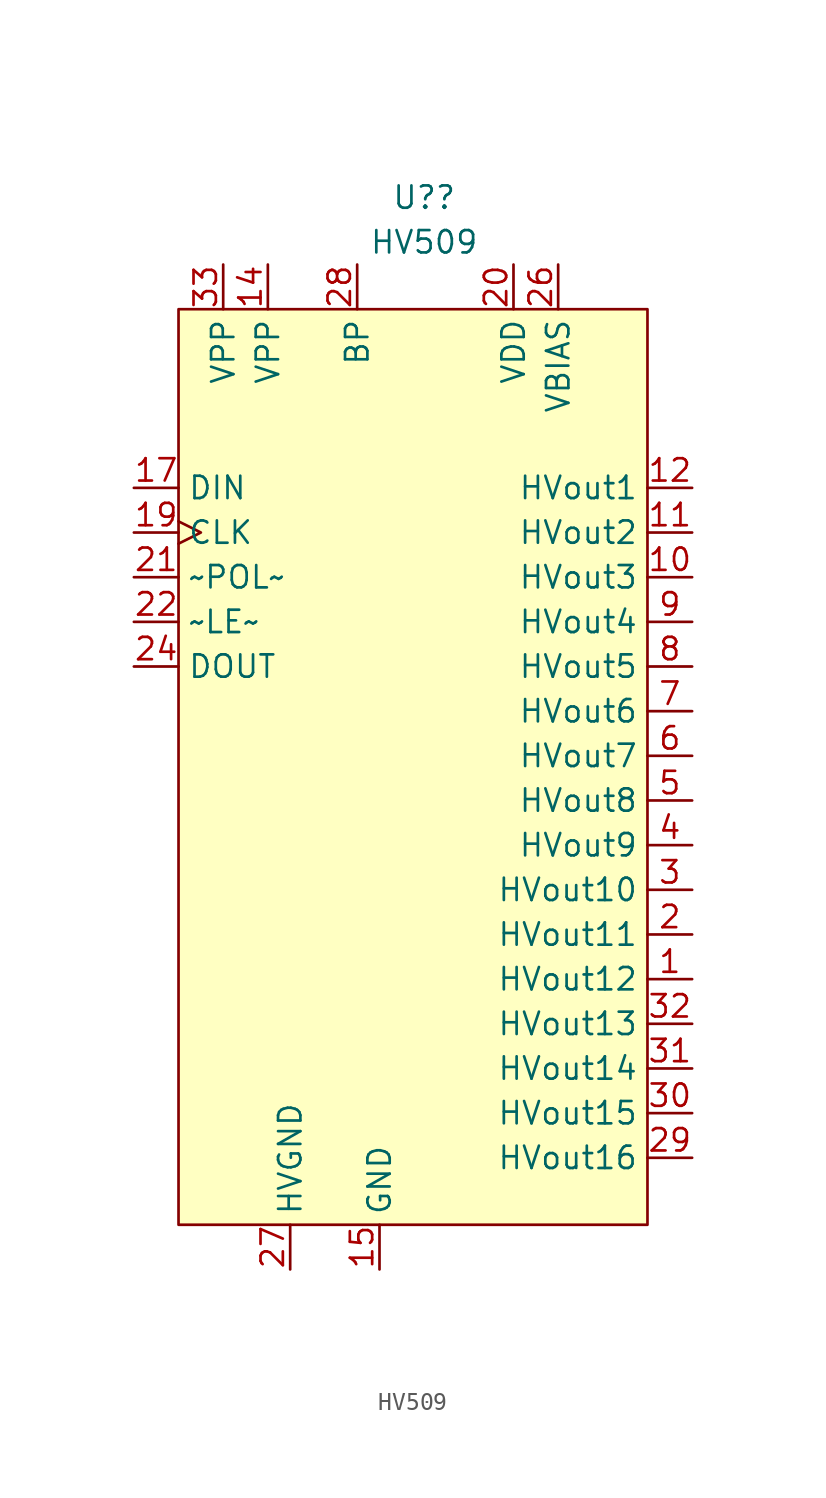
<source format=kicad_sym>
(kicad_symbol_lib
  (version 20211014)
  (generator kicad_symbol_editor)
  (symbol "HV509"
    (property "Reference" "U?"
      (at 0 31.75 0)
      (effects (font (size 1.27 1.27))))
    (property "Value" "HV509"
      (at 0 29.21 0)
      (effects (font (size 1.27 1.27))))
    (symbol "HV509_0_1"
      (rectangle (start 12.7 -26.67) (end -13.97 25.4) (stroke (width 0) (type default) (color 0 0 0 0)) (fill (type background))))
    (symbol "HV509_1_1"
      (pin output line (at 15.24 -12.7 180) (length 2.54) (name "HVout12" (effects (font (size 1.27 1.27)))) (number "1" (effects (font (size 1.27 1.27)))))
      (pin output line (at 15.24 10.16 180) (length 2.54) (name "HVout3" (effects (font (size 1.27 1.27)))) (number "10" (effects (font (size 1.27 1.27)))))
      (pin output line (at 15.24 12.7 180) (length 2.54) (name "HVout2" (effects (font (size 1.27 1.27)))) (number "11" (effects (font (size 1.27 1.27)))))
      (pin output line (at 15.24 15.24 180) (length 2.54) (name "HVout1" (effects (font (size 1.27 1.27)))) (number "12" (effects (font (size 1.27 1.27)))))
      (pin no_connect line (at -16.51 0 0) (length 2.54) hide (name "NC" (effects (font (size 1.27 1.27)))) (number "13" (effects (font (size 1.27 1.27)))))
      (pin power_in line (at -8.89 27.94 270) (length 2.54) (name "VPP" (effects (font (size 1.27 1.27)))) (number "14" (effects (font (size 1.27 1.27)))))
      (pin power_in line (at -2.54 -29.21 90) (length 2.54) (name "GND" (effects (font (size 1.27 1.27)))) (number "15" (effects (font (size 1.27 1.27)))))
      (pin no_connect line (at -16.51 -2.54 0) (length 2.54) hide (name "NC" (effects (font (size 1.27 1.27)))) (number "16" (effects (font (size 1.27 1.27)))))
      (pin input line (at -16.51 15.24 0) (length 2.54) (name "DIN" (effects (font (size 1.27 1.27)))) (number "17" (effects (font (size 1.27 1.27)))))
      (pin no_connect line (at -16.51 -5.08 0) (length 2.54) hide (name "NC" (effects (font (size 1.27 1.27)))) (number "18" (effects (font (size 1.27 1.27)))))
      (pin input clock (at -16.51 12.7 0) (length 2.54) (name "CLK" (effects (font (size 1.27 1.27)))) (number "19" (effects (font (size 1.27 1.27)))))
      (pin output line (at 15.24 -10.16 180) (length 2.54) (name "HVout11" (effects (font (size 1.27 1.27)))) (number "2" (effects (font (size 1.27 1.27)))))
      (pin power_in line (at 5.08 27.94 270) (length 2.54) (name "VDD" (effects (font (size 1.27 1.27)))) (number "20" (effects (font (size 1.27 1.27)))))
      (pin input line (at -16.51 10.16 0) (length 2.54) (name "~POL~" (effects (font (size 1.27 1.27)))) (number "21" (effects (font (size 1.27 1.27)))))
      (pin input line (at -16.51 7.62 0) (length 2.54) (name "~LE~" (effects (font (size 1.27 1.27)))) (number "22" (effects (font (size 1.27 1.27)))))
      (pin no_connect line (at -16.51 -7.62 0) (length 2.54) hide (name "NC" (effects (font (size 1.27 1.27)))) (number "23" (effects (font (size 1.27 1.27)))))
      (pin input line (at -16.51 5.08 0) (length 2.54) (name "DOUT" (effects (font (size 1.27 1.27)))) (number "24" (effects (font (size 1.27 1.27)))))
      (pin no_connect line (at -16.51 -10.16 0) (length 2.54) hide (name "NC" (effects (font (size 1.27 1.27)))) (number "25" (effects (font (size 1.27 1.27)))))
      (pin power_in line (at 7.62 27.94 270) (length 2.54) (name "VBIAS" (effects (font (size 1.27 1.27)))) (number "26" (effects (font (size 1.27 1.27)))))
      (pin power_in line (at -7.62 -29.21 90) (length 2.54) (name "HVGND" (effects (font (size 1.27 1.27)))) (number "27" (effects (font (size 1.27 1.27)))))
      (pin power_out line (at -3.81 27.94 270) (length 2.54) (name "BP" (effects (font (size 1.27 1.27)))) (number "28" (effects (font (size 1.27 1.27)))))
      (pin output line (at 15.24 -22.86 180) (length 2.54) (name "HVout16" (effects (font (size 1.27 1.27)))) (number "29" (effects (font (size 1.27 1.27)))))
      (pin output line (at 15.24 -7.62 180) (length 2.54) (name "HVout10" (effects (font (size 1.27 1.27)))) (number "3" (effects (font (size 1.27 1.27)))))
      (pin output line (at 15.24 -20.32 180) (length 2.54) (name "HVout15" (effects (font (size 1.27 1.27)))) (number "30" (effects (font (size 1.27 1.27)))))
      (pin output line (at 15.24 -17.78 180) (length 2.54) (name "HVout14" (effects (font (size 1.27 1.27)))) (number "31" (effects (font (size 1.27 1.27)))))
      (pin output line (at 15.24 -15.24 180) (length 2.54) (name "HVout13" (effects (font (size 1.27 1.27)))) (number "32" (effects (font (size 1.27 1.27)))))
      (pin power_in line (at -11.43 27.94 270) (length 2.54) (name "VPP" (effects (font (size 1.27 1.27)))) (number "33" (effects (font (size 1.27 1.27)))) (alternate "center pad" input line))
      (pin output line (at 15.24 -5.08 180) (length 2.54) (name "HVout9" (effects (font (size 1.27 1.27)))) (number "4" (effects (font (size 1.27 1.27)))))
      (pin output line (at 15.24 -2.54 180) (length 2.54) (name "HVout8" (effects (font (size 1.27 1.27)))) (number "5" (effects (font (size 1.27 1.27)))))
      (pin output line (at 15.24 0 180) (length 2.54) (name "HVout7" (effects (font (size 1.27 1.27)))) (number "6" (effects (font (size 1.27 1.27)))))
      (pin output line (at 15.24 2.54 180) (length 2.54) (name "HVout6" (effects (font (size 1.27 1.27)))) (number "7" (effects (font (size 1.27 1.27)))))
      (pin output line (at 15.24 5.08 180) (length 2.54) (name "HVout5" (effects (font (size 1.27 1.27)))) (number "8" (effects (font (size 1.27 1.27)))))
      (pin output line (at 15.24 7.62 180) (length 2.54) (name "HVout4" (effects (font (size 1.27 1.27)))) (number "9" (effects (font (size 1.27 1.27))))))))
</source>
